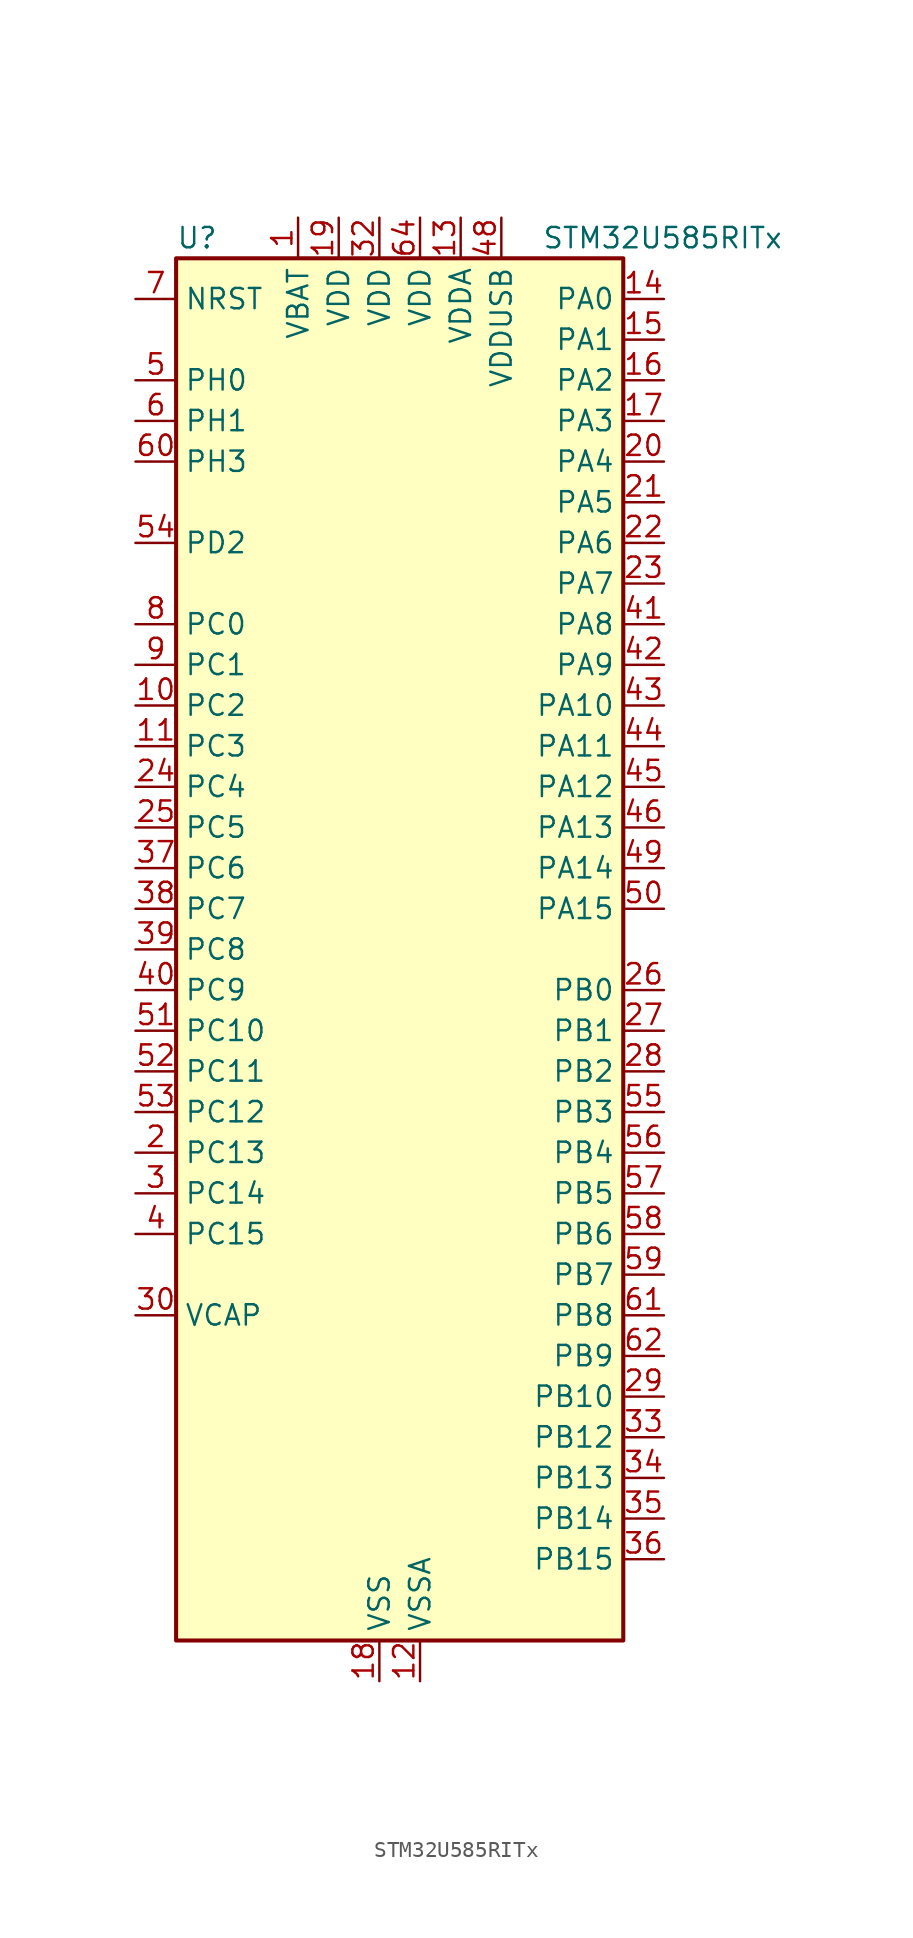
<source format=kicad_sym>
(kicad_symbol_lib
  (version 20211014)
  (generator kicad-library-utils)
  (symbol "STM32U585RITx"
    (property "Reference" "U"
      (at -12.7 44.45 0)
      (effects (font (size 1.27 1.27)) (justify left)))
    (property "Value" "STM32U585RITx"
      (at 10.16 44.45 0)
      (effects (font (size 1.27 1.27)) (justify left)))
    (property "ki_fp_filters" "LQFP*10x10mm*P0.5mm*"
      (at 0.0 0.0 0.0)
      (effects (font (size 1.27 1.27))))
    (symbol "STM32U585RITx_0_1"
      (rectangle (start -12.7 -43.18) (end 15.24 43.18) (stroke (width 0.254)) (fill (type background))))
    (symbol "STM32U585RITx_1_1"
      (pin input line (at -15.24 40.64 0) (length 2.54) (name "NRST" (effects (font (size 1.27 1.27)))) (number "7" (effects (font (size 1.27 1.27)))))
      (pin bidirectional line (at -15.24 35.56 0) (length 2.54) (name "PH0" (effects (font (size 1.27 1.27)))) (number "5" (effects (font (size 1.27 1.27)))) (alternate "RCC_OSC_IN" bidirectional line))
      (pin bidirectional line (at -15.24 33.02 0) (length 2.54) (name "PH1" (effects (font (size 1.27 1.27)))) (number "6" (effects (font (size 1.27 1.27)))) (alternate "RCC_OSC_OUT" bidirectional line))
      (pin bidirectional line (at -15.24 30.48 0) (length 2.54) (name "PH3" (effects (font (size 1.27 1.27)))) (number "60" (effects (font (size 1.27 1.27)))))
      (pin bidirectional line (at -15.24 25.4 0) (length 2.54) (name "PD2" (effects (font (size 1.27 1.27)))) (number "54" (effects (font (size 1.27 1.27)))) (alternate "DCMI_D11" bidirectional line) (alternate "DEBUG_TRACED2" bidirectional line) (alternate "LPTIM4_ETR" bidirectional line) (alternate "PSSI_D11" bidirectional line) (alternate "SDMMC1_CMD" bidirectional line) (alternate "TIM3_ETR" bidirectional line) (alternate "TSC_SYNC" bidirectional line) (alternate "UART5_RX" bidirectional line) (alternate "USART3_DE" bidirectional line) (alternate "USART3_RTS" bidirectional line))
      (pin bidirectional line (at -15.24 20.32 0) (length 2.54) (name "PC0" (effects (font (size 1.27 1.27)))) (number "8" (effects (font (size 1.27 1.27)))) (alternate "ADC1_IN1" bidirectional line) (alternate "ADC4_IN1" bidirectional line) (alternate "I2C3_SCL" bidirectional line) (alternate "LPTIM1_IN1" bidirectional line) (alternate "LPTIM2_IN1" bidirectional line) (alternate "LPUART1_RX" bidirectional line) (alternate "MDF1_SDI4" bidirectional line) (alternate "OCTOSPIM_P1_IO7" bidirectional line) (alternate "SDMMC1_D5" bidirectional line) (alternate "SPI2_RDY" bidirectional line))
      (pin bidirectional line (at -15.24 17.78 0) (length 2.54) (name "PC1" (effects (font (size 1.27 1.27)))) (number "9" (effects (font (size 1.27 1.27)))) (alternate "ADC1_IN2" bidirectional line) (alternate "ADC4_IN2" bidirectional line) (alternate "DEBUG_TRACED0" bidirectional line) (alternate "I2C3_SDA" bidirectional line) (alternate "LPTIM1_CH1" bidirectional line) (alternate "LPUART1_TX" bidirectional line) (alternate "MDF1_CKI4" bidirectional line) (alternate "OCTOSPIM_P1_IO4" bidirectional line) (alternate "SAI1_SD_A" bidirectional line) (alternate "SDMMC2_CK" bidirectional line) (alternate "SPI2_MOSI" bidirectional line))
      (pin bidirectional line (at -15.24 15.24 0) (length 2.54) (name "PC2" (effects (font (size 1.27 1.27)))) (number "10" (effects (font (size 1.27 1.27)))) (alternate "ADC1_IN3" bidirectional line) (alternate "ADC4_IN3" bidirectional line) (alternate "LPTIM1_IN2" bidirectional line) (alternate "MDF1_CCK1" bidirectional line) (alternate "OCTOSPIM_P1_IO5" bidirectional line) (alternate "SPI2_MISO" bidirectional line))
      (pin bidirectional line (at -15.24 12.7 0) (length 2.54) (name "PC3" (effects (font (size 1.27 1.27)))) (number "11" (effects (font (size 1.27 1.27)))) (alternate "ADC1_IN4" bidirectional line) (alternate "ADC4_IN4" bidirectional line) (alternate "LPTIM1_ETR" bidirectional line) (alternate "LPTIM2_ETR" bidirectional line) (alternate "LPTIM3_CH1" bidirectional line) (alternate "OCTOSPIM_P1_IO6" bidirectional line) (alternate "SAI1_D1" bidirectional line) (alternate "SAI1_SD_A" bidirectional line) (alternate "SPI2_MOSI" bidirectional line))
      (pin bidirectional line (at -15.24 10.16 0) (length 2.54) (name "PC4" (effects (font (size 1.27 1.27)))) (number "24" (effects (font (size 1.27 1.27)))) (alternate "ADC1_IN13" bidirectional line) (alternate "ADC4_IN22" bidirectional line) (alternate "COMP1_INM" bidirectional line) (alternate "OCTOSPIM_P1_IO7" bidirectional line) (alternate "USART3_TX" bidirectional line))
      (pin bidirectional line (at -15.24 7.62 0) (length 2.54) (name "PC5" (effects (font (size 1.27 1.27)))) (number "25" (effects (font (size 1.27 1.27)))) (alternate "ADC1_IN14" bidirectional line) (alternate "ADC4_IN23" bidirectional line) (alternate "COMP1_INP" bidirectional line) (alternate "PSSI_D15" bidirectional line) (alternate "PWR_WKUP5" bidirectional line) (alternate "SAI1_D3" bidirectional line) (alternate "TAMP_IN4" bidirectional line) (alternate "TAMP_OUT5" bidirectional line) (alternate "TIM1_CH4N" bidirectional line) (alternate "USART3_RX" bidirectional line))
      (pin bidirectional line (at -15.24 5.08 0) (length 2.54) (name "PC6" (effects (font (size 1.27 1.27)))) (number "37" (effects (font (size 1.27 1.27)))) (alternate "DCMI_D0" bidirectional line) (alternate "MDF1_CKI3" bidirectional line) (alternate "PSSI_D0" bidirectional line) (alternate "PWR_CSLEEP" bidirectional line) (alternate "SDMMC1_D0DIR" bidirectional line) (alternate "SDMMC1_D6" bidirectional line) (alternate "SDMMC2_D6" bidirectional line) (alternate "TIM3_CH1" bidirectional line) (alternate "TIM8_CH1" bidirectional line) (alternate "TSC_G4_IO1" bidirectional line))
      (pin bidirectional line (at -15.24 2.54 0) (length 2.54) (name "PC7" (effects (font (size 1.27 1.27)))) (number "38" (effects (font (size 1.27 1.27)))) (alternate "DCMI_D1" bidirectional line) (alternate "LPTIM2_CH2" bidirectional line) (alternate "MDF1_SDI3" bidirectional line) (alternate "PSSI_D1" bidirectional line) (alternate "PWR_CDSTOP" bidirectional line) (alternate "SDMMC1_D123DIR" bidirectional line) (alternate "SDMMC1_D7" bidirectional line) (alternate "SDMMC2_D7" bidirectional line) (alternate "TIM3_CH2" bidirectional line) (alternate "TIM8_CH2" bidirectional line) (alternate "TSC_G4_IO2" bidirectional line))
      (pin bidirectional line (at -15.24 0.0 0) (length 2.54) (name "PC8" (effects (font (size 1.27 1.27)))) (number "39" (effects (font (size 1.27 1.27)))) (alternate "DCMI_D2" bidirectional line) (alternate "LPTIM3_CH1" bidirectional line) (alternate "PSSI_D2" bidirectional line) (alternate "PWR_SRDSTOP" bidirectional line) (alternate "SDMMC1_D0" bidirectional line) (alternate "TIM3_CH3" bidirectional line) (alternate "TIM8_CH3" bidirectional line) (alternate "TSC_G4_IO3" bidirectional line))
      (pin bidirectional line (at -15.24 -2.54 0) (length 2.54) (name "PC9" (effects (font (size 1.27 1.27)))) (number "40" (effects (font (size 1.27 1.27)))) (alternate "DAC1_EXTI9" bidirectional line) (alternate "DCMI_D3" bidirectional line) (alternate "DEBUG_TRACED0" bidirectional line) (alternate "LPTIM3_CH2" bidirectional line) (alternate "PSSI_D3" bidirectional line) (alternate "SDMMC1_D1" bidirectional line) (alternate "TIM3_CH4" bidirectional line) (alternate "TIM8_BKIN2" bidirectional line) (alternate "TIM8_CH4" bidirectional line) (alternate "TSC_G4_IO4" bidirectional line) (alternate "USB_OTG_FS_NOE" bidirectional line))
      (pin bidirectional line (at -15.24 -5.08 0) (length 2.54) (name "PC10" (effects (font (size 1.27 1.27)))) (number "51" (effects (font (size 1.27 1.27)))) (alternate "ADF1_CCK1" bidirectional line) (alternate "DCMI_D8" bidirectional line) (alternate "DEBUG_TRACED1" bidirectional line) (alternate "LPTIM3_ETR" bidirectional line) (alternate "PSSI_D8" bidirectional line) (alternate "SDMMC1_D2" bidirectional line) (alternate "SPI3_SCK" bidirectional line) (alternate "TSC_G3_IO2" bidirectional line) (alternate "UART4_TX" bidirectional line) (alternate "USART3_TX" bidirectional line))
      (pin bidirectional line (at -15.24 -7.62 0) (length 2.54) (name "PC11" (effects (font (size 1.27 1.27)))) (number "52" (effects (font (size 1.27 1.27)))) (alternate "ADC1_EXTI11" bidirectional line) (alternate "ADF1_SDI0" bidirectional line) (alternate "DCMI_D2" bidirectional line) (alternate "DCMI_D4" bidirectional line) (alternate "LPTIM3_IN1" bidirectional line) (alternate "OCTOSPIM_P1_NCS" bidirectional line) (alternate "PSSI_D2" bidirectional line) (alternate "PSSI_D4" bidirectional line) (alternate "SDMMC1_D3" bidirectional line) (alternate "SPI3_MISO" bidirectional line) (alternate "TSC_G3_IO3" bidirectional line) (alternate "UART4_RX" bidirectional line) (alternate "UCPD1_FRSTX2" bidirectional line) (alternate "USART3_RX" bidirectional line))
      (pin bidirectional line (at -15.24 -10.16 0) (length 2.54) (name "PC12" (effects (font (size 1.27 1.27)))) (number "53" (effects (font (size 1.27 1.27)))) (alternate "DCMI_D9" bidirectional line) (alternate "DEBUG_TRACED3" bidirectional line) (alternate "PSSI_D9" bidirectional line) (alternate "SDMMC1_CK" bidirectional line) (alternate "SPI3_MOSI" bidirectional line) (alternate "TSC_G3_IO4" bidirectional line) (alternate "UART5_TX" bidirectional line) (alternate "USART3_CK" bidirectional line))
      (pin bidirectional line (at -15.24 -12.7 0) (length 2.54) (name "PC13" (effects (font (size 1.27 1.27)))) (number "2" (effects (font (size 1.27 1.27)))) (alternate "PWR_WKUP2" bidirectional line) (alternate "RTC_OUT1" bidirectional line) (alternate "RTC_TS" bidirectional line) (alternate "TAMP_IN1" bidirectional line) (alternate "TAMP_OUT2" bidirectional line))
      (pin bidirectional line (at -15.24 -15.24 0) (length 2.54) (name "PC14" (effects (font (size 1.27 1.27)))) (number "3" (effects (font (size 1.27 1.27)))) (alternate "RCC_OSC32_IN" bidirectional line))
      (pin bidirectional line (at -15.24 -17.78 0) (length 2.54) (name "PC15" (effects (font (size 1.27 1.27)))) (number "4" (effects (font (size 1.27 1.27)))) (alternate "ADC1_EXTI15" bidirectional line) (alternate "ADC4_EXTI15" bidirectional line) (alternate "RCC_OSC32_OUT" bidirectional line))
      (pin power_out line (at -15.24 -22.86 0) (length 2.54) (name "VCAP" (effects (font (size 1.27 1.27)))) (number "30" (effects (font (size 1.27 1.27)))))
      (pin bidirectional line (at 17.78 40.64 180) (length 2.54) (name "PA0" (effects (font (size 1.27 1.27)))) (number "14" (effects (font (size 1.27 1.27)))) (alternate "ADC1_IN5" bidirectional line) (alternate "AUDIOCLK" bidirectional line) (alternate "OCTOSPIM_P2_NCS" bidirectional line) (alternate "OPAMP1_VINP" bidirectional line) (alternate "PWR_WKUP1" bidirectional line) (alternate "SDMMC2_CMD" bidirectional line) (alternate "SPI3_RDY" bidirectional line) (alternate "TAMP_IN2" bidirectional line) (alternate "TAMP_OUT1" bidirectional line) (alternate "TIM2_CH1" bidirectional line) (alternate "TIM2_ETR" bidirectional line) (alternate "TIM5_CH1" bidirectional line) (alternate "TIM8_ETR" bidirectional line) (alternate "UART4_TX" bidirectional line) (alternate "USART2_CTS" bidirectional line))
      (pin bidirectional line (at 17.78 38.1 180) (length 2.54) (name "PA1" (effects (font (size 1.27 1.27)))) (number "15" (effects (font (size 1.27 1.27)))) (alternate "ADC1_IN6" bidirectional line) (alternate "I2C1_SMBA" bidirectional line) (alternate "LPTIM1_CH2" bidirectional line) (alternate "OCTOSPIM_P1_DQS" bidirectional line) (alternate "OPAMP1_VINM" bidirectional line) (alternate "PWR_WKUP3" bidirectional line) (alternate "SPI1_SCK" bidirectional line) (alternate "TAMP_IN5" bidirectional line) (alternate "TAMP_OUT4" bidirectional line) (alternate "TIM15_CH1N" bidirectional line) (alternate "TIM2_CH2" bidirectional line) (alternate "TIM5_CH2" bidirectional line) (alternate "UART4_RX" bidirectional line) (alternate "USART2_DE" bidirectional line) (alternate "USART2_RTS" bidirectional line))
      (pin bidirectional line (at 17.78 35.56 180) (length 2.54) (name "PA2" (effects (font (size 1.27 1.27)))) (number "16" (effects (font (size 1.27 1.27)))) (alternate "ADC1_IN7" bidirectional line) (alternate "COMP1_INP" bidirectional line) (alternate "LPUART1_TX" bidirectional line) (alternate "OCTOSPIM_P1_NCS" bidirectional line) (alternate "PWR_WKUP4" bidirectional line) (alternate "RCC_LSCO" bidirectional line) (alternate "SPI1_RDY" bidirectional line) (alternate "TIM15_CH1" bidirectional line) (alternate "TIM2_CH3" bidirectional line) (alternate "TIM5_CH3" bidirectional line) (alternate "UCPD1_FRSTX1" bidirectional line) (alternate "USART2_TX" bidirectional line))
      (pin bidirectional line (at 17.78 33.02 180) (length 2.54) (name "PA3" (effects (font (size 1.27 1.27)))) (number "17" (effects (font (size 1.27 1.27)))) (alternate "ADC1_IN8" bidirectional line) (alternate "LPUART1_RX" bidirectional line) (alternate "OCTOSPIM_P1_CLK" bidirectional line) (alternate "OPAMP1_VOUT" bidirectional line) (alternate "PWR_WKUP5" bidirectional line) (alternate "SAI1_CK1" bidirectional line) (alternate "SAI1_MCLK_A" bidirectional line) (alternate "TIM15_CH2" bidirectional line) (alternate "TIM2_CH4" bidirectional line) (alternate "TIM5_CH4" bidirectional line) (alternate "USART2_RX" bidirectional line))
      (pin bidirectional line (at 17.78 30.48 180) (length 2.54) (name "PA4" (effects (font (size 1.27 1.27)))) (number "20" (effects (font (size 1.27 1.27)))) (alternate "ADC1_IN9" bidirectional line) (alternate "ADC4_IN9" bidirectional line) (alternate "DAC1_OUT1" bidirectional line) (alternate "DCMI_HSYNC" bidirectional line) (alternate "LPTIM2_CH1" bidirectional line) (alternate "OCTOSPIM_P1_NCS" bidirectional line) (alternate "PSSI_DE" bidirectional line) (alternate "PWR_WKUP2" bidirectional line) (alternate "SAI1_FS_B" bidirectional line) (alternate "SPI1_NSS" bidirectional line) (alternate "SPI3_NSS" bidirectional line) (alternate "USART2_CK" bidirectional line))
      (pin bidirectional line (at 17.78 27.94 180) (length 2.54) (name "PA5" (effects (font (size 1.27 1.27)))) (number "21" (effects (font (size 1.27 1.27)))) (alternate "ADC1_IN10" bidirectional line) (alternate "ADC4_IN10" bidirectional line) (alternate "DAC1_OUT2" bidirectional line) (alternate "LPTIM2_ETR" bidirectional line) (alternate "PSSI_D14" bidirectional line) (alternate "PWR_CSLEEP" bidirectional line) (alternate "PWR_WKUP6" bidirectional line) (alternate "SPI1_SCK" bidirectional line) (alternate "TIM2_CH1" bidirectional line) (alternate "TIM2_ETR" bidirectional line) (alternate "TIM8_CH1N" bidirectional line) (alternate "USART3_RX" bidirectional line))
      (pin bidirectional line (at 17.78 25.4 180) (length 2.54) (name "PA6" (effects (font (size 1.27 1.27)))) (number "22" (effects (font (size 1.27 1.27)))) (alternate "ADC1_IN11" bidirectional line) (alternate "ADC4_IN11" bidirectional line) (alternate "DCMI_PIXCLK" bidirectional line) (alternate "LPUART1_CTS" bidirectional line) (alternate "OCTOSPIM_P1_IO3" bidirectional line) (alternate "OPAMP2_VINP" bidirectional line) (alternate "PSSI_PDCK" bidirectional line) (alternate "PWR_CDSTOP" bidirectional line) (alternate "PWR_WKUP7" bidirectional line) (alternate "SPI1_MISO" bidirectional line) (alternate "TIM16_CH1" bidirectional line) (alternate "TIM1_BKIN" bidirectional line) (alternate "TIM3_CH1" bidirectional line) (alternate "TIM8_BKIN" bidirectional line) (alternate "USART3_CTS" bidirectional line))
      (pin bidirectional line (at 17.78 22.86 180) (length 2.54) (name "PA7" (effects (font (size 1.27 1.27)))) (number "23" (effects (font (size 1.27 1.27)))) (alternate "ADC1_IN12" bidirectional line) (alternate "ADC4_IN20" bidirectional line) (alternate "I2C3_SCL" bidirectional line) (alternate "LPTIM2_CH2" bidirectional line) (alternate "OCTOSPIM_P1_IO2" bidirectional line) (alternate "OPAMP2_VINM" bidirectional line) (alternate "PWR_SRDSTOP" bidirectional line) (alternate "PWR_WKUP8" bidirectional line) (alternate "SPI1_MOSI" bidirectional line) (alternate "TIM17_CH1" bidirectional line) (alternate "TIM1_CH1N" bidirectional line) (alternate "TIM3_CH2" bidirectional line) (alternate "TIM8_CH1N" bidirectional line) (alternate "USART3_TX" bidirectional line))
      (pin bidirectional line (at 17.78 20.32 180) (length 2.54) (name "PA8" (effects (font (size 1.27 1.27)))) (number "41" (effects (font (size 1.27 1.27)))) (alternate "DEBUG_TRACECLK" bidirectional line) (alternate "LPTIM2_CH1" bidirectional line) (alternate "RCC_MCO" bidirectional line) (alternate "SAI1_CK2" bidirectional line) (alternate "SAI1_SCK_A" bidirectional line) (alternate "SPI1_RDY" bidirectional line) (alternate "TIM1_CH1" bidirectional line) (alternate "USART1_CK" bidirectional line) (alternate "USB_OTG_FS_SOF" bidirectional line))
      (pin bidirectional line (at 17.78 17.78 180) (length 2.54) (name "PA9" (effects (font (size 1.27 1.27)))) (number "42" (effects (font (size 1.27 1.27)))) (alternate "DAC1_EXTI9" bidirectional line) (alternate "DCMI_D0" bidirectional line) (alternate "PSSI_D0" bidirectional line) (alternate "SAI1_FS_A" bidirectional line) (alternate "SPI2_SCK" bidirectional line) (alternate "TIM15_BKIN" bidirectional line) (alternate "TIM1_CH2" bidirectional line) (alternate "USART1_TX" bidirectional line) (alternate "USB_OTG_FS_VBUS" bidirectional line))
      (pin bidirectional line (at 17.78 15.24 180) (length 2.54) (name "PA10" (effects (font (size 1.27 1.27)))) (number "43" (effects (font (size 1.27 1.27)))) (alternate "CRS_SYNC" bidirectional line) (alternate "DCMI_D1" bidirectional line) (alternate "LPTIM2_IN2" bidirectional line) (alternate "PSSI_D1" bidirectional line) (alternate "SAI1_D1" bidirectional line) (alternate "SAI1_SD_A" bidirectional line) (alternate "TIM17_BKIN" bidirectional line) (alternate "TIM1_CH3" bidirectional line) (alternate "USART1_RX" bidirectional line) (alternate "USB_OTG_FS_ID" bidirectional line))
      (pin bidirectional line (at 17.78 12.7 180) (length 2.54) (name "PA11" (effects (font (size 1.27 1.27)))) (number "44" (effects (font (size 1.27 1.27)))) (alternate "ADC1_EXTI11" bidirectional line) (alternate "FDCAN1_RX" bidirectional line) (alternate "SPI1_MISO" bidirectional line) (alternate "TIM1_BKIN2" bidirectional line) (alternate "TIM1_CH4" bidirectional line) (alternate "USART1_CTS" bidirectional line) (alternate "USB_OTG_FS_DM" bidirectional line))
      (pin bidirectional line (at 17.78 10.16 180) (length 2.54) (name "PA12" (effects (font (size 1.27 1.27)))) (number "45" (effects (font (size 1.27 1.27)))) (alternate "FDCAN1_TX" bidirectional line) (alternate "OCTOSPIM_P2_NCS" bidirectional line) (alternate "SPI1_MOSI" bidirectional line) (alternate "TIM1_ETR" bidirectional line) (alternate "USART1_DE" bidirectional line) (alternate "USART1_RTS" bidirectional line) (alternate "USB_OTG_FS_DP" bidirectional line))
      (pin bidirectional line (at 17.78 7.62 180) (length 2.54) (name "PA13" (effects (font (size 1.27 1.27)))) (number "46" (effects (font (size 1.27 1.27)))) (alternate "DEBUG_JTMS-SWDIO" bidirectional line) (alternate "IR_OUT" bidirectional line) (alternate "SAI1_SD_B" bidirectional line) (alternate "USB_OTG_FS_NOE" bidirectional line))
      (pin bidirectional line (at 17.78 5.08 180) (length 2.54) (name "PA14" (effects (font (size 1.27 1.27)))) (number "49" (effects (font (size 1.27 1.27)))) (alternate "DEBUG_JTCK-SWCLK" bidirectional line) (alternate "I2C1_SMBA" bidirectional line) (alternate "I2C4_SMBA" bidirectional line) (alternate "LPTIM1_CH1" bidirectional line) (alternate "SAI1_FS_B" bidirectional line) (alternate "USB_OTG_FS_SOF" bidirectional line))
      (pin bidirectional line (at 17.78 2.54 180) (length 2.54) (name "PA15" (effects (font (size 1.27 1.27)))) (number "50" (effects (font (size 1.27 1.27)))) (alternate "ADC1_EXTI15" bidirectional line) (alternate "ADC4_EXTI15" bidirectional line) (alternate "DEBUG_JTDI" bidirectional line) (alternate "SPI1_NSS" bidirectional line) (alternate "SPI3_NSS" bidirectional line) (alternate "TIM2_CH1" bidirectional line) (alternate "TIM2_ETR" bidirectional line) (alternate "UART4_DE" bidirectional line) (alternate "UART4_RTS" bidirectional line) (alternate "UCPD1_CC1" bidirectional line) (alternate "USART2_RX" bidirectional line) (alternate "USART3_DE" bidirectional line) (alternate "USART3_RTS" bidirectional line))
      (pin bidirectional line (at 17.78 -2.54 180) (length 2.54) (name "PB0" (effects (font (size 1.27 1.27)))) (number "26" (effects (font (size 1.27 1.27)))) (alternate "ADC1_IN15" bidirectional line) (alternate "ADC4_IN18" bidirectional line) (alternate "AUDIOCLK" bidirectional line) (alternate "COMP1_OUT" bidirectional line) (alternate "LPTIM3_CH1" bidirectional line) (alternate "OCTOSPIM_P1_IO1" bidirectional line) (alternate "OPAMP2_VOUT" bidirectional line) (alternate "SPI1_NSS" bidirectional line) (alternate "TIM1_CH2N" bidirectional line) (alternate "TIM3_CH3" bidirectional line) (alternate "TIM8_CH2N" bidirectional line) (alternate "USART3_CK" bidirectional line))
      (pin bidirectional line (at 17.78 -5.08 180) (length 2.54) (name "PB1" (effects (font (size 1.27 1.27)))) (number "27" (effects (font (size 1.27 1.27)))) (alternate "ADC1_IN16" bidirectional line) (alternate "ADC4_IN19" bidirectional line) (alternate "COMP1_INM" bidirectional line) (alternate "LPTIM2_IN1" bidirectional line) (alternate "LPTIM3_CH2" bidirectional line) (alternate "LPUART1_DE" bidirectional line) (alternate "LPUART1_RTS" bidirectional line) (alternate "MDF1_SDI0" bidirectional line) (alternate "OCTOSPIM_P1_IO0" bidirectional line) (alternate "PWR_WKUP4" bidirectional line) (alternate "TIM1_CH3N" bidirectional line) (alternate "TIM3_CH4" bidirectional line) (alternate "TIM8_CH3N" bidirectional line) (alternate "USART3_DE" bidirectional line) (alternate "USART3_RTS" bidirectional line))
      (pin bidirectional line (at 17.78 -7.62 180) (length 2.54) (name "PB2" (effects (font (size 1.27 1.27)))) (number "28" (effects (font (size 1.27 1.27)))) (alternate "ADC1_IN17" bidirectional line) (alternate "COMP1_INP" bidirectional line) (alternate "I2C3_SMBA" bidirectional line) (alternate "LPTIM1_CH1" bidirectional line) (alternate "MDF1_CKI0" bidirectional line) (alternate "OCTOSPIM_P1_DQS" bidirectional line) (alternate "PWR_WKUP1" bidirectional line) (alternate "RTC_OUT2" bidirectional line) (alternate "SPI1_RDY" bidirectional line) (alternate "TIM8_CH4N" bidirectional line) (alternate "UCPD1_FRSTX1" bidirectional line))
      (pin bidirectional line (at 17.78 -10.16 180) (length 2.54) (name "PB3" (effects (font (size 1.27 1.27)))) (number "55" (effects (font (size 1.27 1.27)))) (alternate "ADF1_CCK0" bidirectional line) (alternate "COMP2_INM" bidirectional line) (alternate "CRS_SYNC" bidirectional line) (alternate "DEBUG_JTDO-SWO" bidirectional line) (alternate "I2C1_SDA" bidirectional line) (alternate "LPTIM1_CH1" bidirectional line) (alternate "SAI1_SCK_B" bidirectional line) (alternate "SDMMC2_D2" bidirectional line) (alternate "SPI1_SCK" bidirectional line) (alternate "SPI3_SCK" bidirectional line) (alternate "TIM2_CH2" bidirectional line) (alternate "USART1_DE" bidirectional line) (alternate "USART1_RTS" bidirectional line))
      (pin bidirectional line (at 17.78 -12.7 180) (length 2.54) (name "PB4" (effects (font (size 1.27 1.27)))) (number "56" (effects (font (size 1.27 1.27)))) (alternate "ADF1_SDI0" bidirectional line) (alternate "COMP2_INP" bidirectional line) (alternate "DCMI_D12" bidirectional line) (alternate "DEBUG_JTRST" bidirectional line) (alternate "I2C3_SDA" bidirectional line) (alternate "LPTIM1_CH2" bidirectional line) (alternate "PSSI_D12" bidirectional line) (alternate "SAI1_MCLK_B" bidirectional line) (alternate "SDMMC2_D3" bidirectional line) (alternate "SPI1_MISO" bidirectional line) (alternate "SPI3_MISO" bidirectional line) (alternate "TIM17_BKIN" bidirectional line) (alternate "TIM3_CH1" bidirectional line) (alternate "TSC_G2_IO1" bidirectional line) (alternate "UART5_DE" bidirectional line) (alternate "UART5_RTS" bidirectional line) (alternate "USART1_CTS" bidirectional line))
      (pin bidirectional line (at 17.78 -15.24 180) (length 2.54) (name "PB5" (effects (font (size 1.27 1.27)))) (number "57" (effects (font (size 1.27 1.27)))) (alternate "COMP2_OUT" bidirectional line) (alternate "DCMI_D10" bidirectional line) (alternate "I2C1_SMBA" bidirectional line) (alternate "LPTIM1_IN1" bidirectional line) (alternate "OCTOSPIM_P1_NCLK" bidirectional line) (alternate "PSSI_D10" bidirectional line) (alternate "PWR_WKUP6" bidirectional line) (alternate "SAI1_SD_B" bidirectional line) (alternate "SPI1_MOSI" bidirectional line) (alternate "SPI3_MOSI" bidirectional line) (alternate "TIM16_BKIN" bidirectional line) (alternate "TIM3_CH2" bidirectional line) (alternate "TSC_G2_IO2" bidirectional line) (alternate "UART5_CTS" bidirectional line) (alternate "UCPD1_DBCC1" bidirectional line) (alternate "USART1_CK" bidirectional line))
      (pin bidirectional line (at 17.78 -17.78 180) (length 2.54) (name "PB6" (effects (font (size 1.27 1.27)))) (number "58" (effects (font (size 1.27 1.27)))) (alternate "COMP2_INP" bidirectional line) (alternate "DCMI_D5" bidirectional line) (alternate "I2C1_SCL" bidirectional line) (alternate "I2C4_SCL" bidirectional line) (alternate "LPTIM1_ETR" bidirectional line) (alternate "MDF1_SDI5" bidirectional line) (alternate "PSSI_D5" bidirectional line) (alternate "PWR_WKUP3" bidirectional line) (alternate "SAI1_FS_B" bidirectional line) (alternate "TIM16_CH1N" bidirectional line) (alternate "TIM4_CH1" bidirectional line) (alternate "TIM8_BKIN2" bidirectional line) (alternate "TSC_G2_IO3" bidirectional line) (alternate "USART1_TX" bidirectional line))
      (pin bidirectional line (at 17.78 -20.32 180) (length 2.54) (name "PB7" (effects (font (size 1.27 1.27)))) (number "59" (effects (font (size 1.27 1.27)))) (alternate "COMP2_INM" bidirectional line) (alternate "DCMI_VSYNC" bidirectional line) (alternate "I2C1_SDA" bidirectional line) (alternate "I2C4_SDA" bidirectional line) (alternate "LPTIM1_IN2" bidirectional line) (alternate "MDF1_CKI5" bidirectional line) (alternate "PSSI_RDY" bidirectional line) (alternate "PWR_PVD_IN" bidirectional line) (alternate "PWR_WKUP4" bidirectional line) (alternate "TIM17_CH1N" bidirectional line) (alternate "TIM4_CH2" bidirectional line) (alternate "TIM8_BKIN" bidirectional line) (alternate "TSC_G2_IO4" bidirectional line) (alternate "UART4_CTS" bidirectional line) (alternate "USART1_RX" bidirectional line))
      (pin bidirectional line (at 17.78 -22.86 180) (length 2.54) (name "PB8" (effects (font (size 1.27 1.27)))) (number "61" (effects (font (size 1.27 1.27)))) (alternate "DCMI_D6" bidirectional line) (alternate "FDCAN1_RX" bidirectional line) (alternate "I2C1_SCL" bidirectional line) (alternate "MDF1_CCK0" bidirectional line) (alternate "PSSI_D6" bidirectional line) (alternate "PWR_WKUP5" bidirectional line) (alternate "SAI1_CK1" bidirectional line) (alternate "SAI1_MCLK_A" bidirectional line) (alternate "SDMMC1_CKIN" bidirectional line) (alternate "SDMMC1_D4" bidirectional line) (alternate "SDMMC2_D4" bidirectional line) (alternate "SPI3_RDY" bidirectional line) (alternate "TIM16_CH1" bidirectional line) (alternate "TIM4_CH3" bidirectional line))
      (pin bidirectional line (at 17.78 -25.4 180) (length 2.54) (name "PB9" (effects (font (size 1.27 1.27)))) (number "62" (effects (font (size 1.27 1.27)))) (alternate "DAC1_EXTI9" bidirectional line) (alternate "DCMI_D7" bidirectional line) (alternate "FDCAN1_TX" bidirectional line) (alternate "I2C1_SDA" bidirectional line) (alternate "IR_OUT" bidirectional line) (alternate "PSSI_D7" bidirectional line) (alternate "SAI1_D2" bidirectional line) (alternate "SAI1_FS_A" bidirectional line) (alternate "SDMMC1_CDIR" bidirectional line) (alternate "SDMMC1_D5" bidirectional line) (alternate "SDMMC2_D5" bidirectional line) (alternate "SPI2_NSS" bidirectional line) (alternate "TIM17_CH1" bidirectional line) (alternate "TIM4_CH4" bidirectional line))
      (pin bidirectional line (at 17.78 -27.94 180) (length 2.54) (name "PB10" (effects (font (size 1.27 1.27)))) (number "29" (effects (font (size 1.27 1.27)))) (alternate "COMP1_OUT" bidirectional line) (alternate "I2C2_SCL" bidirectional line) (alternate "I2C4_SCL" bidirectional line) (alternate "LPTIM3_CH1" bidirectional line) (alternate "LPUART1_RX" bidirectional line) (alternate "OCTOSPIM_P1_CLK" bidirectional line) (alternate "PWR_WKUP8" bidirectional line) (alternate "SAI1_SCK_A" bidirectional line) (alternate "SPI2_SCK" bidirectional line) (alternate "TIM2_CH3" bidirectional line) (alternate "TSC_SYNC" bidirectional line) (alternate "USART3_TX" bidirectional line))
      (pin bidirectional line (at 17.78 -30.48 180) (length 2.54) (name "PB12" (effects (font (size 1.27 1.27)))) (number "33" (effects (font (size 1.27 1.27)))) (alternate "I2C2_SMBA" bidirectional line) (alternate "LPUART1_DE" bidirectional line) (alternate "LPUART1_RTS" bidirectional line) (alternate "MDF1_SDI1" bidirectional line) (alternate "OCTOSPIM_P1_NCLK" bidirectional line) (alternate "SPI2_NSS" bidirectional line) (alternate "TIM15_BKIN" bidirectional line) (alternate "TIM1_BKIN" bidirectional line) (alternate "TSC_G1_IO1" bidirectional line) (alternate "USART3_CK" bidirectional line))
      (pin bidirectional line (at 17.78 -33.02 180) (length 2.54) (name "PB13" (effects (font (size 1.27 1.27)))) (number "34" (effects (font (size 1.27 1.27)))) (alternate "I2C2_SCL" bidirectional line) (alternate "LPTIM3_IN1" bidirectional line) (alternate "LPUART1_CTS" bidirectional line) (alternate "MDF1_CKI1" bidirectional line) (alternate "SPI2_SCK" bidirectional line) (alternate "TIM15_CH1N" bidirectional line) (alternate "TIM1_CH1N" bidirectional line) (alternate "TSC_G1_IO2" bidirectional line) (alternate "USART3_CTS" bidirectional line))
      (pin bidirectional line (at 17.78 -35.56 180) (length 2.54) (name "PB14" (effects (font (size 1.27 1.27)))) (number "35" (effects (font (size 1.27 1.27)))) (alternate "I2C2_SDA" bidirectional line) (alternate "LPTIM3_ETR" bidirectional line) (alternate "MDF1_SDI2" bidirectional line) (alternate "SDMMC2_D0" bidirectional line) (alternate "SPI2_MISO" bidirectional line) (alternate "TIM15_CH1" bidirectional line) (alternate "TIM1_CH2N" bidirectional line) (alternate "TIM8_CH2N" bidirectional line) (alternate "TSC_G1_IO3" bidirectional line) (alternate "UCPD1_DBCC2" bidirectional line) (alternate "USART3_DE" bidirectional line) (alternate "USART3_RTS" bidirectional line))
      (pin bidirectional line (at 17.78 -38.1 180) (length 2.54) (name "PB15" (effects (font (size 1.27 1.27)))) (number "36" (effects (font (size 1.27 1.27)))) (alternate "ADC1_EXTI15" bidirectional line) (alternate "ADC4_EXTI15" bidirectional line) (alternate "LPTIM2_IN2" bidirectional line) (alternate "MDF1_CKI2" bidirectional line) (alternate "PWR_WKUP7" bidirectional line) (alternate "RTC_REFIN" bidirectional line) (alternate "SDMMC2_D1" bidirectional line) (alternate "SPI2_MOSI" bidirectional line) (alternate "TIM15_CH2" bidirectional line) (alternate "TIM1_CH3N" bidirectional line) (alternate "TIM8_CH3N" bidirectional line) (alternate "UCPD1_CC2" bidirectional line))
      (pin power_in line (at -5.08 45.72 270) (length 2.54) (name "VBAT" (effects (font (size 1.27 1.27)))) (number "1" (effects (font (size 1.27 1.27)))))
      (pin power_in line (at -2.54 45.72 270) (length 2.54) (name "VDD" (effects (font (size 1.27 1.27)))) (number "19" (effects (font (size 1.27 1.27)))))
      (pin power_in line (at 0.0 45.72 270) (length 2.54) (name "VDD" (effects (font (size 1.27 1.27)))) (number "32" (effects (font (size 1.27 1.27)))))
      (pin power_in line (at 2.54 45.72 270) (length 2.54) (name "VDD" (effects (font (size 1.27 1.27)))) (number "64" (effects (font (size 1.27 1.27)))))
      (pin power_in line (at 5.08 45.72 270) (length 2.54) (name "VDDA" (effects (font (size 1.27 1.27)))) (number "13" (effects (font (size 1.27 1.27)))))
      (pin power_in line (at 7.62 45.72 270) (length 2.54) (name "VDDUSB" (effects (font (size 1.27 1.27)))) (number "48" (effects (font (size 1.27 1.27)))))
      (pin power_in line (at 0.0 -45.72 90) (length 2.54) (name "VSS" (effects (font (size 1.27 1.27)))) (number "18" (effects (font (size 1.27 1.27)))))
      (pin passive line (at 0.0 -45.72 90) (length 2.54) hide (name "VSS" (effects (font (size 1.27 1.27)))) (number "31" (effects (font (size 1.27 1.27)))))
      (pin passive line (at 0.0 -45.72 90) (length 2.54) hide (name "VSS" (effects (font (size 1.27 1.27)))) (number "47" (effects (font (size 1.27 1.27)))))
      (pin passive line (at 0.0 -45.72 90) (length 2.54) hide (name "VSS" (effects (font (size 1.27 1.27)))) (number "63" (effects (font (size 1.27 1.27)))))
      (pin power_in line (at 2.54 -45.72 90) (length 2.54) (name "VSSA" (effects (font (size 1.27 1.27)))) (number "12" (effects (font (size 1.27 1.27))))))))
</source>
